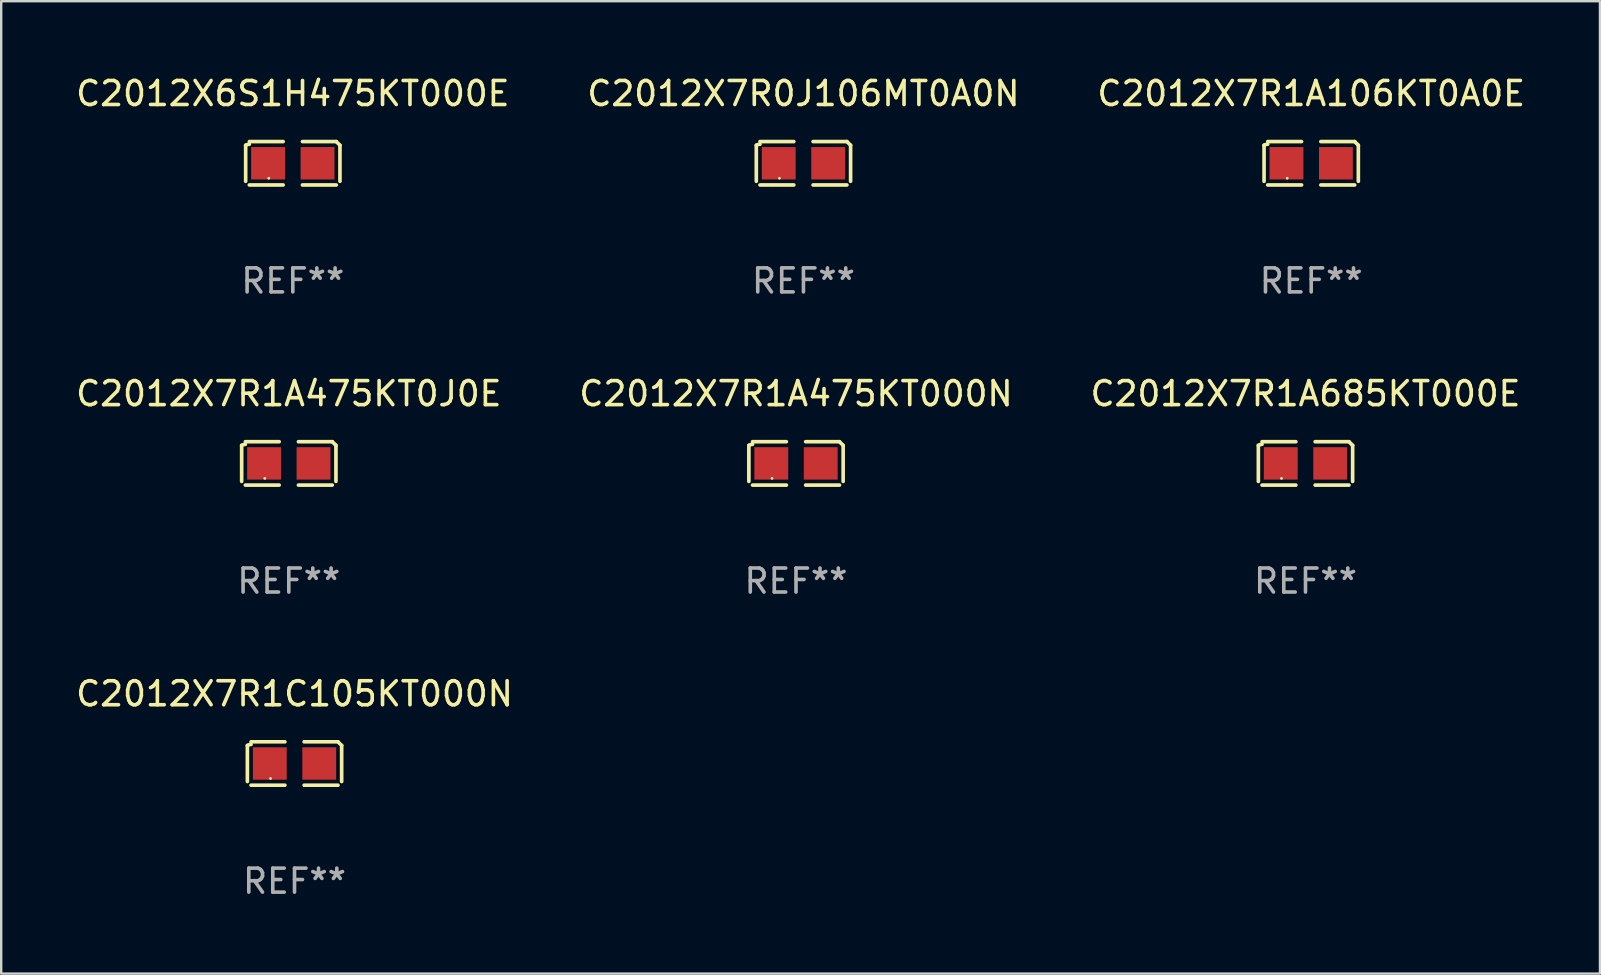
<source format=kicad_pcb>
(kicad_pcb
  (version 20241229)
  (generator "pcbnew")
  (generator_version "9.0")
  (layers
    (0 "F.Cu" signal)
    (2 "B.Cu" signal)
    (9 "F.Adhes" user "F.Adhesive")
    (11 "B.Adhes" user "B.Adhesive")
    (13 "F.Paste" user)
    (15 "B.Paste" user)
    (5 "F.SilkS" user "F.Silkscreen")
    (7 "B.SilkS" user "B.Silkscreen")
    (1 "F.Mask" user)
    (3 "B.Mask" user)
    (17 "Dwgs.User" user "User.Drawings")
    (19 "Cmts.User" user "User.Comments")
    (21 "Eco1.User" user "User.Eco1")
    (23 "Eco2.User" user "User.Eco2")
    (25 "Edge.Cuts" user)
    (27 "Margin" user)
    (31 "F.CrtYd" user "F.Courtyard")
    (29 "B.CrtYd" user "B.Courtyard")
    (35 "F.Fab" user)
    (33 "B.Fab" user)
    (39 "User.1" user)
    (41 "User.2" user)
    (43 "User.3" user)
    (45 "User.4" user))
  (footprint "C2012X7R1C105KT000N"
    (layer "F.Cu")
    (at 9.22 28.759)
    (property "Reference" "C2012X7R1C105KT000N" (at 0 -2.904 0) (layer "F.SilkS") (effects (font (size 1 1) (thickness 0.15))))
    (attr through_hole)
    (fp_line (start -1.964 0.751) (end -1.964 -0.751) (stroke (width 0.152) (type solid)) (layer "F.SilkS"))
    (fp_line (start -1.811 -0.904) (end -0.401 -0.904) (stroke (width 0.152) (type solid)) (layer "F.SilkS"))
    (fp_line (start -0.401 0.904) (end -1.811 0.904) (stroke (width 0.152) (type solid)) (layer "F.SilkS"))
    (fp_line (start 0.401 0.904) (end 1.811 0.904) (stroke (width 0.152) (type solid)) (layer "F.SilkS"))
    (fp_line (start 1.811 -0.904) (end 0.401 -0.904) (stroke (width 0.152) (type solid)) (layer "F.SilkS"))
    (fp_line (start 1.964 0.751) (end 1.964 -0.751) (stroke (width 0.152) (type solid)) (layer "F.SilkS"))
    (fp_arc (start -1.963602 -0.751207) (mid -1.890354 -0.783131) (end -1.811201 -0.794044) (stroke (width 0.1524) (type solid)) (layer "F.SilkS"))
    (fp_arc (start 1.811202 -0.903607) (mid 1.887413 -0.827418) (end 1.963602 -0.751207) (stroke (width 0.1524) (type solid)) (layer "F.SilkS"))
    (fp_circle (center -1 0.625) (end -0.97 0.625) (stroke (width 0.06) (type solid)) (fill no) (layer "F.SilkS"))
    (fp_text user "REF**" (at 0 4.904 0) (layer "F.Fab") (effects (font (size 1 1) (thickness 0.15))))
    (pad "1" smd rect (at -1.03 0) (size 1.41 1.35) (layers "F.Cu" "F.Mask" "F.Paste"))
    (pad "2" smd rect (at 1.03 0) (size 1.41 1.35) (layers "F.Cu" "F.Mask" "F.Paste")))
  (footprint "C2012X7R1A106KT0A0E"
    (layer "F.Cu")
    (at 51.577 3.752)
    (property "Reference" "C2012X7R1A106KT0A0E" (at 0 -2.904 0) (layer "F.SilkS") (effects (font (size 1 1) (thickness 0.15))))
    (attr through_hole)
    (fp_line (start -1.964 0.751) (end -1.964 -0.751) (stroke (width 0.152) (type solid)) (layer "F.SilkS"))
    (fp_line (start -1.811 -0.904) (end -0.401 -0.904) (stroke (width 0.152) (type solid)) (layer "F.SilkS"))
    (fp_line (start -0.401 0.904) (end -1.811 0.904) (stroke (width 0.152) (type solid)) (layer "F.SilkS"))
    (fp_line (start 0.401 0.904) (end 1.811 0.904) (stroke (width 0.152) (type solid)) (layer "F.SilkS"))
    (fp_line (start 1.811 -0.904) (end 0.401 -0.904) (stroke (width 0.152) (type solid)) (layer "F.SilkS"))
    (fp_line (start 1.964 0.751) (end 1.964 -0.751) (stroke (width 0.152) (type solid)) (layer "F.SilkS"))
    (fp_arc (start -1.963602 -0.751207) (mid -1.890354 -0.783131) (end -1.811201 -0.794044) (stroke (width 0.1524) (type solid)) (layer "F.SilkS"))
    (fp_arc (start 1.811202 -0.903607) (mid 1.887413 -0.827418) (end 1.963602 -0.751207) (stroke (width 0.1524) (type solid)) (layer "F.SilkS"))
    (fp_circle (center -1 0.625) (end -0.97 0.625) (stroke (width 0.06) (type solid)) (fill no) (layer "F.SilkS"))
    (fp_text user "REF**" (at 0 4.904 0) (layer "F.Fab") (effects (font (size 1 1) (thickness 0.15))))
    (pad "1" smd rect (at -1.03 0) (size 1.41 1.35) (layers "F.Cu" "F.Mask" "F.Paste"))
    (pad "2" smd rect (at 1.03 0) (size 1.41 1.35) (layers "F.Cu" "F.Mask" "F.Paste")))
  (footprint "C2012X7R1A475KT000N"
    (layer "F.Cu")
    (at 30.113 16.256)
    (property "Reference" "C2012X7R1A475KT000N" (at 0 -2.904 0) (layer "F.SilkS") (effects (font (size 1 1) (thickness 0.15))))
    (attr through_hole)
    (fp_line (start -1.964 0.751) (end -1.964 -0.751) (stroke (width 0.152) (type solid)) (layer "F.SilkS"))
    (fp_line (start -1.811 -0.904) (end -0.401 -0.904) (stroke (width 0.152) (type solid)) (layer "F.SilkS"))
    (fp_line (start -0.401 0.904) (end -1.811 0.904) (stroke (width 0.152) (type solid)) (layer "F.SilkS"))
    (fp_line (start 0.401 0.904) (end 1.811 0.904) (stroke (width 0.152) (type solid)) (layer "F.SilkS"))
    (fp_line (start 1.811 -0.904) (end 0.401 -0.904) (stroke (width 0.152) (type solid)) (layer "F.SilkS"))
    (fp_line (start 1.964 0.751) (end 1.964 -0.751) (stroke (width 0.152) (type solid)) (layer "F.SilkS"))
    (fp_arc (start -1.963602 -0.751207) (mid -1.890354 -0.783131) (end -1.811201 -0.794044) (stroke (width 0.1524) (type solid)) (layer "F.SilkS"))
    (fp_arc (start 1.811202 -0.903607) (mid 1.887413 -0.827418) (end 1.963602 -0.751207) (stroke (width 0.1524) (type solid)) (layer "F.SilkS"))
    (fp_circle (center -1 0.625) (end -0.97 0.625) (stroke (width 0.06) (type solid)) (fill no) (layer "F.SilkS"))
    (fp_text user "REF**" (at 0 4.904 0) (layer "F.Fab") (effects (font (size 1 1) (thickness 0.15))))
    (pad "1" smd rect (at -1.03 0) (size 1.41 1.35) (layers "F.Cu" "F.Mask" "F.Paste"))
    (pad "2" smd rect (at 1.03 0) (size 1.41 1.35) (layers "F.Cu" "F.Mask" "F.Paste")))
  (footprint "C2012X7R0J106MT0A0N"
    (layer "F.Cu")
    (at 30.423 3.752)
    (property "Reference" "C2012X7R0J106MT0A0N" (at 0 -2.904 0) (layer "F.SilkS") (effects (font (size 1 1) (thickness 0.15))))
    (attr through_hole)
    (fp_line (start -1.964 0.751) (end -1.964 -0.751) (stroke (width 0.152) (type solid)) (layer "F.SilkS"))
    (fp_line (start -1.811 -0.904) (end -0.401 -0.904) (stroke (width 0.152) (type solid)) (layer "F.SilkS"))
    (fp_line (start -0.401 0.904) (end -1.811 0.904) (stroke (width 0.152) (type solid)) (layer "F.SilkS"))
    (fp_line (start 0.401 0.904) (end 1.811 0.904) (stroke (width 0.152) (type solid)) (layer "F.SilkS"))
    (fp_line (start 1.811 -0.904) (end 0.401 -0.904) (stroke (width 0.152) (type solid)) (layer "F.SilkS"))
    (fp_line (start 1.964 0.751) (end 1.964 -0.751) (stroke (width 0.152) (type solid)) (layer "F.SilkS"))
    (fp_arc (start -1.963602 -0.751207) (mid -1.890354 -0.783131) (end -1.811201 -0.794044) (stroke (width 0.1524) (type solid)) (layer "F.SilkS"))
    (fp_arc (start 1.811202 -0.903607) (mid 1.887413 -0.827418) (end 1.963602 -0.751207) (stroke (width 0.1524) (type solid)) (layer "F.SilkS"))
    (fp_circle (center -1 0.625) (end -0.97 0.625) (stroke (width 0.06) (type solid)) (fill no) (layer "F.SilkS"))
    (fp_text user "REF**" (at 0 4.904 0) (layer "F.Fab") (effects (font (size 1 1) (thickness 0.15))))
    (pad "1" smd rect (at -1.03 0) (size 1.41 1.35) (layers "F.Cu" "F.Mask" "F.Paste"))
    (pad "2" smd rect (at 1.03 0) (size 1.41 1.35) (layers "F.Cu" "F.Mask" "F.Paste")))
  (footprint "C2012X7R1A685KT000E"
    (layer "F.Cu")
    (at 51.339 16.256)
    (property "Reference" "C2012X7R1A685KT000E" (at 0 -2.904 0) (layer "F.SilkS") (effects (font (size 1 1) (thickness 0.15))))
    (attr through_hole)
    (fp_line (start -1.964 0.751) (end -1.964 -0.751) (stroke (width 0.152) (type solid)) (layer "F.SilkS"))
    (fp_line (start -1.811 -0.904) (end -0.401 -0.904) (stroke (width 0.152) (type solid)) (layer "F.SilkS"))
    (fp_line (start -0.401 0.904) (end -1.811 0.904) (stroke (width 0.152) (type solid)) (layer "F.SilkS"))
    (fp_line (start 0.401 0.904) (end 1.811 0.904) (stroke (width 0.152) (type solid)) (layer "F.SilkS"))
    (fp_line (start 1.811 -0.904) (end 0.401 -0.904) (stroke (width 0.152) (type solid)) (layer "F.SilkS"))
    (fp_line (start 1.964 0.751) (end 1.964 -0.751) (stroke (width 0.152) (type solid)) (layer "F.SilkS"))
    (fp_arc (start -1.963602 -0.751207) (mid -1.890354 -0.783131) (end -1.811201 -0.794044) (stroke (width 0.1524) (type solid)) (layer "F.SilkS"))
    (fp_arc (start 1.811202 -0.903607) (mid 1.887413 -0.827418) (end 1.963602 -0.751207) (stroke (width 0.1524) (type solid)) (layer "F.SilkS"))
    (fp_circle (center -1 0.625) (end -0.97 0.625) (stroke (width 0.06) (type solid)) (fill no) (layer "F.SilkS"))
    (fp_text user "REF**" (at 0 4.904 0) (layer "F.Fab") (effects (font (size 1 1) (thickness 0.15))))
    (pad "1" smd rect (at -1.03 0) (size 1.41 1.35) (layers "F.Cu" "F.Mask" "F.Paste"))
    (pad "2" smd rect (at 1.03 0) (size 1.41 1.35) (layers "F.Cu" "F.Mask" "F.Paste")))
  (footprint "C2012X6S1H475KT000E"
    (layer "F.Cu")
    (at 9.149 3.752)
    (property "Reference" "C2012X6S1H475KT000E" (at 0 -2.904 0) (layer "F.SilkS") (effects (font (size 1 1) (thickness 0.15))))
    (attr through_hole)
    (fp_line (start -1.964 0.751) (end -1.964 -0.751) (stroke (width 0.152) (type solid)) (layer "F.SilkS"))
    (fp_line (start -1.811 -0.904) (end -0.401 -0.904) (stroke (width 0.152) (type solid)) (layer "F.SilkS"))
    (fp_line (start -0.401 0.904) (end -1.811 0.904) (stroke (width 0.152) (type solid)) (layer "F.SilkS"))
    (fp_line (start 0.401 0.904) (end 1.811 0.904) (stroke (width 0.152) (type solid)) (layer "F.SilkS"))
    (fp_line (start 1.811 -0.904) (end 0.401 -0.904) (stroke (width 0.152) (type solid)) (layer "F.SilkS"))
    (fp_line (start 1.964 0.751) (end 1.964 -0.751) (stroke (width 0.152) (type solid)) (layer "F.SilkS"))
    (fp_arc (start -1.963602 -0.751207) (mid -1.890354 -0.783131) (end -1.811201 -0.794044) (stroke (width 0.1524) (type solid)) (layer "F.SilkS"))
    (fp_arc (start 1.811202 -0.903607) (mid 1.887413 -0.827418) (end 1.963602 -0.751207) (stroke (width 0.1524) (type solid)) (layer "F.SilkS"))
    (fp_circle (center -1 0.625) (end -0.97 0.625) (stroke (width 0.06) (type solid)) (fill no) (layer "F.SilkS"))
    (fp_text user "REF**" (at 0 4.904 0) (layer "F.Fab") (effects (font (size 1 1) (thickness 0.15))))
    (pad "1" smd rect (at -1.03 0) (size 1.41 1.35) (layers "F.Cu" "F.Mask" "F.Paste"))
    (pad "2" smd rect (at 1.03 0) (size 1.41 1.35) (layers "F.Cu" "F.Mask" "F.Paste")))
  (footprint "C2012X7R1A475KT0J0E"
    (layer "F.Cu")
    (at 8.982 16.256)
    (property "Reference" "C2012X7R1A475KT0J0E" (at 0 -2.904 0) (layer "F.SilkS") (effects (font (size 1 1) (thickness 0.15))))
    (attr through_hole)
    (fp_line (start -1.964 0.751) (end -1.964 -0.751) (stroke (width 0.152) (type solid)) (layer "F.SilkS"))
    (fp_line (start -1.811 -0.904) (end -0.401 -0.904) (stroke (width 0.152) (type solid)) (layer "F.SilkS"))
    (fp_line (start -0.401 0.904) (end -1.811 0.904) (stroke (width 0.152) (type solid)) (layer "F.SilkS"))
    (fp_line (start 0.401 0.904) (end 1.811 0.904) (stroke (width 0.152) (type solid)) (layer "F.SilkS"))
    (fp_line (start 1.811 -0.904) (end 0.401 -0.904) (stroke (width 0.152) (type solid)) (layer "F.SilkS"))
    (fp_line (start 1.964 0.751) (end 1.964 -0.751) (stroke (width 0.152) (type solid)) (layer "F.SilkS"))
    (fp_arc (start -1.963602 -0.751207) (mid -1.890354 -0.783131) (end -1.811201 -0.794044) (stroke (width 0.1524) (type solid)) (layer "F.SilkS"))
    (fp_arc (start 1.811202 -0.903607) (mid 1.887413 -0.827418) (end 1.963602 -0.751207) (stroke (width 0.1524) (type solid)) (layer "F.SilkS"))
    (fp_circle (center -1 0.625) (end -0.97 0.625) (stroke (width 0.06) (type solid)) (fill no) (layer "F.SilkS"))
    (fp_text user "REF**" (at 0 4.904 0) (layer "F.Fab") (effects (font (size 1 1) (thickness 0.15))))
    (pad "1" smd rect (at -1.03 0) (size 1.41 1.35) (layers "F.Cu" "F.Mask" "F.Paste"))
    (pad "2" smd rect (at 1.03 0) (size 1.41 1.35) (layers "F.Cu" "F.Mask" "F.Paste")))
  (gr_rect
    (start -3 -3)
    (end 63.607 37.511)
    (stroke (width 0.1) (type default))
    (fill no)
    (layer "Edge.Cuts")))
</source>
